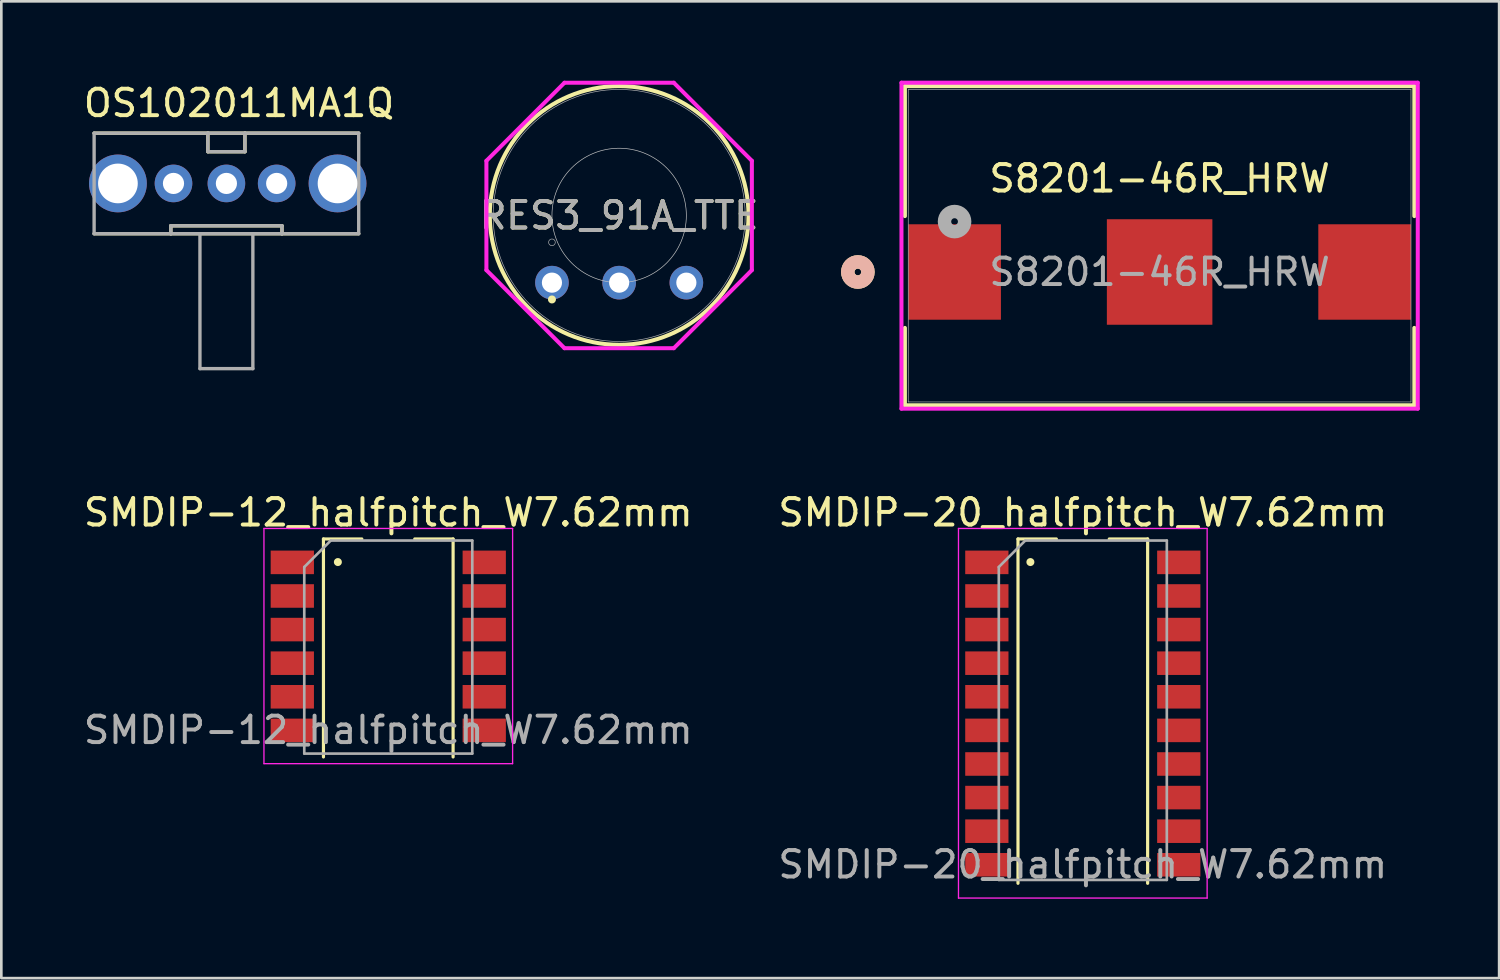
<source format=kicad_pcb>
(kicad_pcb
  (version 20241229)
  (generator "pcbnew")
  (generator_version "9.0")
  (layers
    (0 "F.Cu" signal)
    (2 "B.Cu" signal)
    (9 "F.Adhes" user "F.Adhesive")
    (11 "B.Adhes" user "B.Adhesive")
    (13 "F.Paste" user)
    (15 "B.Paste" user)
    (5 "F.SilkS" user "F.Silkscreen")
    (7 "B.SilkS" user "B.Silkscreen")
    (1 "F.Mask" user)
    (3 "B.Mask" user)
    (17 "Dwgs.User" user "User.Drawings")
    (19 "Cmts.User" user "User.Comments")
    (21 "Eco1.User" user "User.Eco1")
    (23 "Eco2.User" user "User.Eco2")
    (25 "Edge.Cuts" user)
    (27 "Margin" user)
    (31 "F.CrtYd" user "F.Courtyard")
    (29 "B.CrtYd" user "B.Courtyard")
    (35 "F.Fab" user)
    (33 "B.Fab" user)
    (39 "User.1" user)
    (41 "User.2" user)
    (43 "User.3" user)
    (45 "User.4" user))
  (footprint "SMDIP-20_halfpitch_W7.62mm"
    (layer "F.Cu")
    (at 37.875 23.908)
    (property "Reference" "SMDIP-20_halfpitch_W7.62mm" (at 0 -7.588 0) (layer "F.SilkS") (effects (font (size 1 1) (thickness 0.15))))
    (attr smd)
    (fp_line (start -2.45 -6.588) (end -2.45 6.426) (stroke (width 0.12) (type solid)) (layer "F.SilkS"))
    (fp_line (start -1 -6.588) (end -2.45 -6.588) (stroke (width 0.12) (type solid)) (layer "F.SilkS"))
    (fp_line (start 2.45 -6.588) (end 1 -6.588) (stroke (width 0.12) (type solid)) (layer "F.SilkS"))
    (fp_line (start 2.45 6.426) (end 2.45 -6.588) (stroke (width 0.12) (type solid)) (layer "F.SilkS"))
    (fp_circle (center -1.981 -5.715) (end -1.905 -5.715) (stroke (width 0.152) (type solid)) (fill no) (layer "F.SilkS"))
    (fp_line (start -4.699 -6.985) (end -4.699 6.985) (stroke (width 0.05) (type solid)) (layer "F.CrtYd"))
    (fp_line (start -4.699 6.985) (end 4.699 6.985) (stroke (width 0.05) (type solid)) (layer "F.CrtYd"))
    (fp_line (start 4.699 -6.985) (end -4.699 -6.985) (stroke (width 0.05) (type solid)) (layer "F.CrtYd"))
    (fp_line (start 4.699 6.985) (end 4.699 -6.985) (stroke (width 0.05) (type solid)) (layer "F.CrtYd"))
    (fp_line (start -3.175 -5.528) (end -2.175 -6.528) (stroke (width 0.1) (type solid)) (layer "F.Fab"))
    (fp_line (start -3.175 6.299) (end -3.175 -5.528) (stroke (width 0.1) (type solid)) (layer "F.Fab"))
    (fp_line (start -2.175 -6.528) (end 3.175 -6.528) (stroke (width 0.1) (type solid)) (layer "F.Fab"))
    (fp_line (start 3.175 -6.528) (end 3.175 6.299) (stroke (width 0.1) (type solid)) (layer "F.Fab"))
    (fp_line (start 3.175 6.299) (end -3.175 6.299) (stroke (width 0.1) (type solid)) (layer "F.Fab"))
    (fp_text user "${REFERENCE}" (at 0 5.715 0) (layer "F.Fab") (effects (font (size 1 1) (thickness 0.15))))
    (pad "1" smd rect (at -3.627 -5.703) (size 1.635 0.89) (layers "F.Cu" "F.Mask" "F.Paste"))
    (pad "2" smd rect (at -3.627 -4.433) (size 1.635 0.89) (layers "F.Cu" "F.Mask" "F.Paste"))
    (pad "3" smd rect (at -3.627 -3.163) (size 1.635 0.89) (layers "F.Cu" "F.Mask" "F.Paste"))
    (pad "4" smd rect (at -3.627 -1.893) (size 1.635 0.89) (layers "F.Cu" "F.Mask" "F.Paste"))
    (pad "5" smd rect (at -3.627 -0.623) (size 1.635 0.89) (layers "F.Cu" "F.Mask" "F.Paste"))
    (pad "6" smd rect (at -3.627 0.647) (size 1.635 0.89) (layers "F.Cu" "F.Mask" "F.Paste"))
    (pad "7" smd rect (at -3.627 1.917) (size 1.635 0.89) (layers "F.Cu" "F.Mask" "F.Paste"))
    (pad "8" smd rect (at -3.627 3.187) (size 1.635 0.89) (layers "F.Cu" "F.Mask" "F.Paste"))
    (pad "9" smd rect (at -3.627 4.457) (size 1.635 0.89) (layers "F.Cu" "F.Mask" "F.Paste"))
    (pad "10" smd rect (at -3.627 5.727) (size 1.635 0.89) (layers "F.Cu" "F.Mask" "F.Paste"))
    (pad "11" smd rect (at 3.627 5.727) (size 1.635 0.89) (layers "F.Cu" "F.Mask" "F.Paste"))
    (pad "12" smd rect (at 3.627 4.457) (size 1.635 0.89) (layers "F.Cu" "F.Mask" "F.Paste"))
    (pad "13" smd rect (at 3.627 3.187) (size 1.635 0.89) (layers "F.Cu" "F.Mask" "F.Paste"))
    (pad "14" smd rect (at 3.627 1.917) (size 1.635 0.89) (layers "F.Cu" "F.Mask" "F.Paste"))
    (pad "15" smd rect (at 3.627 0.647) (size 1.635 0.89) (layers "F.Cu" "F.Mask" "F.Paste"))
    (pad "16" smd rect (at 3.627 -0.623) (size 1.635 0.89) (layers "F.Cu" "F.Mask" "F.Paste"))
    (pad "17" smd rect (at 3.627 -1.893) (size 1.635 0.89) (layers "F.Cu" "F.Mask" "F.Paste"))
    (pad "18" smd rect (at 3.627 -3.163) (size 1.635 0.89) (layers "F.Cu" "F.Mask" "F.Paste"))
    (pad "19" smd rect (at 3.627 -4.433) (size 1.635 0.89) (layers "F.Cu" "F.Mask" "F.Paste"))
    (pad "20" smd rect (at 3.627 -5.703) (size 1.635 0.89) (layers "F.Cu" "F.Mask" "F.Paste")))
  (footprint "RES3_91A_TTE"
    (layer "F.Cu")
    (at 17.811 7.633)
    (property "Reference" "RES3_91A_TTE" (at 2.54 -2.54 0) (unlocked yes) (layer "F.SilkS") (effects (font (size 1 1) (thickness 0.15))))
    (attr through_hole)
    (fp_circle (center 0 0.635) (end 0.076 0.635) (stroke (width 0.152) (type solid)) (fill no) (layer "F.SilkS"))
    (fp_circle (center 2.54 -2.54) (end 7.429 -2.54) (stroke (width 0.152) (type solid)) (fill no) (layer "F.SilkS"))
    (fp_circle (center 2.54 -2.54) (end 5.08 -2.54) (stroke (width 0.025) (type solid)) (fill no) (layer "Dwgs.User"))
    (fp_line (start -2.477 -4.606) (end 0.474 -7.556) (stroke (width 0.152) (type solid)) (layer "F.CrtYd"))
    (fp_line (start -2.477 -0.474) (end -2.477 -4.606) (stroke (width 0.152) (type solid)) (layer "F.CrtYd"))
    (fp_line (start 0.474 -7.556) (end 4.606 -7.556) (stroke (width 0.152) (type solid)) (layer "F.CrtYd"))
    (fp_line (start 0.474 2.477) (end -2.477 -0.474) (stroke (width 0.152) (type solid)) (layer "F.CrtYd"))
    (fp_line (start 4.606 -7.556) (end 7.556 -4.606) (stroke (width 0.152) (type solid)) (layer "F.CrtYd"))
    (fp_line (start 4.606 2.477) (end 0.474 2.477) (stroke (width 0.152) (type solid)) (layer "F.CrtYd"))
    (fp_line (start 7.556 -4.606) (end 7.556 -0.474) (stroke (width 0.152) (type solid)) (layer "F.CrtYd"))
    (fp_line (start 7.556 -0.474) (end 4.606 2.477) (stroke (width 0.152) (type solid)) (layer "F.CrtYd"))
    (fp_circle (center 0 -1.524) (end 0.127 -1.524) (stroke (width 0.025) (type solid)) (fill no) (layer "F.Fab"))
    (fp_circle (center 2.54 -2.54) (end 7.303 -2.54) (stroke (width 0.025) (type solid)) (fill no) (layer "F.Fab"))
    (fp_text user "${REFERENCE}" (at 2.54 -2.54 0) (unlocked yes) (layer "F.Fab") (effects (font (size 1 1) (thickness 0.15))))
    (pad "1" thru_hole circle (at 0 0) (size 1.27 1.27) (drill 0.762) (layers "*.Cu" "*.Mask"))
    (pad "2" thru_hole circle (at 2.54 0) (size 1.27 1.27) (drill 0.762) (layers "*.Cu" "*.Mask"))
    (pad "3" thru_hole circle (at 5.08 0) (size 1.27 1.27) (drill 0.762) (layers "*.Cu" "*.Mask")))
  (footprint "S8201-46R_HRW"
    (layer "F.Cu")
    (at 40.778 6.236)
    (property "Reference" "S8201-46R_HRW" (at 0 -2.54 0) (unlocked yes) (layer "F.SilkS") (effects (font (size 1 1) (thickness 0.15))))
    (attr smd)
    (fp_line (start -9.627 -6.032) (end -9.627 -1.118) (stroke (width 0.152) (type solid)) (layer "F.SilkS"))
    (fp_line (start -9.627 3.107) (end -9.627 6.032) (stroke (width 0.152) (type solid)) (layer "F.SilkS"))
    (fp_line (start -9.627 6.032) (end 9.627 6.032) (stroke (width 0.152) (type solid)) (layer "F.SilkS"))
    (fp_line (start 9.627 -6.032) (end -9.627 -6.032) (stroke (width 0.152) (type solid)) (layer "F.SilkS"))
    (fp_line (start 9.627 -1.118) (end 9.627 -6.032) (stroke (width 0.152) (type solid)) (layer "F.SilkS"))
    (fp_line (start 9.627 6.032) (end 9.627 3.107) (stroke (width 0.152) (type solid)) (layer "F.SilkS"))
    (fp_circle (center -11.405 0.994) (end -11.024 0.994) (stroke (width 0.508) (type solid)) (fill no) (layer "F.SilkS"))
    (fp_circle (center -11.405 0.994) (end -11.024 0.994) (stroke (width 0.508) (type solid)) (fill no) (layer "B.SilkS"))
    (fp_line (start -9.757 -6.16) (end -9.757 6.16) (stroke (width 0.152) (type solid)) (layer "F.CrtYd"))
    (fp_line (start -9.757 6.16) (end 9.757 6.16) (stroke (width 0.152) (type solid)) (layer "F.CrtYd"))
    (fp_line (start 9.757 -6.16) (end -9.757 -6.16) (stroke (width 0.152) (type solid)) (layer "F.CrtYd"))
    (fp_line (start 9.757 6.16) (end 9.757 -6.16) (stroke (width 0.152) (type solid)) (layer "F.CrtYd"))
    (fp_line (start -9.5 -5.905) (end -9.5 5.905) (stroke (width 0.025) (type solid)) (layer "F.Fab"))
    (fp_line (start -9.5 5.905) (end 9.5 5.905) (stroke (width 0.025) (type solid)) (layer "F.Fab"))
    (fp_line (start 9.5 -5.905) (end -9.5 -5.905) (stroke (width 0.025) (type solid)) (layer "F.Fab"))
    (fp_line (start 9.5 5.905) (end 9.5 -5.905) (stroke (width 0.025) (type solid)) (layer "F.Fab"))
    (fp_circle (center -7.75 -0.911) (end -7.369 -0.911) (stroke (width 0.508) (type solid)) (fill no) (layer "F.Fab"))
    (fp_text user "${REFERENCE}" (at 0 0.994 0) (unlocked yes) (layer "F.Fab") (effects (font (size 1 1) (thickness 0.15))))
    (pad "1" smd rect (at -7.75 0.994) (size 3.505 3.607) (layers "F.Cu" "F.Mask" "F.Paste"))
    (pad "2" smd rect (at 7.75 0.994) (size 3.505 3.607) (layers "F.Cu" "F.Mask" "F.Paste"))
    (pad "3" smd rect (at 0 0.994) (size 3.988 3.988) (layers "F.Cu" "F.Mask" "F.Paste")))
  (footprint "OS102011MA1Q"
    (layer "F.Cu")
    (at 5.507 3.883)
    (property "Reference" "OS102011MA1Q" (at 0.475 -3.035 0) (layer "F.SilkS") (effects (font (size 1 1) (thickness 0.15))))
    (attr through_hole)
    (fp_line (start -5 -1.9) (end -0.7 -1.9) (stroke (width 0.127) (type solid)) (layer "F.SilkS"))
    (fp_line (start -2.1 1.6) (end 2.1 1.6) (stroke (width 0.127) (type solid)) (layer "F.SilkS"))
    (fp_line (start -2.1 1.9) (end -5 1.9) (stroke (width 0.127) (type solid)) (layer "F.SilkS"))
    (fp_line (start -2.1 1.9) (end -2.1 1.6) (stroke (width 0.127) (type solid)) (layer "F.SilkS"))
    (fp_line (start -1 1.9) (end -2.1 1.9) (stroke (width 0.127) (type solid)) (layer "F.SilkS"))
    (fp_line (start -0.7 -1.9) (end -0.7 -1.2) (stroke (width 0.127) (type solid)) (layer "F.SilkS"))
    (fp_line (start -0.7 -1.9) (end 0.7 -1.9) (stroke (width 0.127) (type solid)) (layer "F.SilkS"))
    (fp_line (start -0.7 -1.2) (end 0.7 -1.2) (stroke (width 0.127) (type solid)) (layer "F.SilkS"))
    (fp_line (start 0.7 -1.9) (end 5 -1.9) (stroke (width 0.127) (type solid)) (layer "F.SilkS"))
    (fp_line (start 0.7 -1.2) (end 0.7 -1.9) (stroke (width 0.127) (type solid)) (layer "F.SilkS"))
    (fp_line (start 1 1.9) (end -1 1.9) (stroke (width 0.127) (type solid)) (layer "F.SilkS"))
    (fp_line (start 2.1 1.6) (end 2.1 1.9) (stroke (width 0.127) (type solid)) (layer "F.SilkS"))
    (fp_line (start 2.1 1.9) (end 1 1.9) (stroke (width 0.127) (type solid)) (layer "F.SilkS"))
    (fp_line (start 5 1.9) (end 2.1 1.9) (stroke (width 0.127) (type solid)) (layer "F.SilkS"))
    (fp_line (start -5 -1.9) (end -0.7 -1.9) (stroke (width 0.127) (type solid)) (layer "F.Fab"))
    (fp_line (start -5 1.9) (end -5 -1.9) (stroke (width 0.127) (type solid)) (layer "F.Fab"))
    (fp_line (start -2.1 1.6) (end 2.1 1.6) (stroke (width 0.127) (type solid)) (layer "F.Fab"))
    (fp_line (start -2.1 1.9) (end -5 1.9) (stroke (width 0.127) (type solid)) (layer "F.Fab"))
    (fp_line (start -2.1 1.9) (end -2.1 1.6) (stroke (width 0.127) (type solid)) (layer "F.Fab"))
    (fp_line (start -1 1.9) (end -2.1 1.9) (stroke (width 0.127) (type solid)) (layer "F.Fab"))
    (fp_line (start -1 1.9) (end -1 7) (stroke (width 0.127) (type solid)) (layer "F.Fab"))
    (fp_line (start -1 7) (end 1 7) (stroke (width 0.127) (type solid)) (layer "F.Fab"))
    (fp_line (start -0.7 -1.9) (end -0.7 -1.2) (stroke (width 0.127) (type solid)) (layer "F.Fab"))
    (fp_line (start -0.7 -1.9) (end 0.7 -1.9) (stroke (width 0.127) (type solid)) (layer "F.Fab"))
    (fp_line (start -0.7 -1.2) (end 0.7 -1.2) (stroke (width 0.127) (type solid)) (layer "F.Fab"))
    (fp_line (start 0.7 -1.9) (end 5 -1.9) (stroke (width 0.127) (type solid)) (layer "F.Fab"))
    (fp_line (start 0.7 -1.2) (end 0.7 -1.9) (stroke (width 0.127) (type solid)) (layer "F.Fab"))
    (fp_line (start 1 1.9) (end -1 1.9) (stroke (width 0.127) (type solid)) (layer "F.Fab"))
    (fp_line (start 1 7) (end 1 1.9) (stroke (width 0.127) (type solid)) (layer "F.Fab"))
    (fp_line (start 2.1 1.6) (end 2.1 1.9) (stroke (width 0.127) (type solid)) (layer "F.Fab"))
    (fp_line (start 2.1 1.9) (end 1 1.9) (stroke (width 0.127) (type solid)) (layer "F.Fab"))
    (fp_line (start 5 -1.9) (end 5 1.9) (stroke (width 0.127) (type solid)) (layer "F.Fab"))
    (fp_line (start 5 1.9) (end 2.1 1.9) (stroke (width 0.127) (type solid)) (layer "F.Fab"))
    (pad "1" thru_hole circle (at -2 0) (size 1.422 1.422) (drill 0.8) (layers "*.Cu" "*.Mask"))
    (pad "2" thru_hole circle (at 0 0) (size 1.422 1.422) (drill 0.8) (layers "*.Cu" "*.Mask"))
    (pad "3" thru_hole circle (at 1.9 0) (size 1.422 1.422) (drill 0.8) (layers "*.Cu" "*.Mask"))
    (pad "MT1" thru_hole circle (at -4.1 0) (size 2.184 2.184) (drill 1.5) (layers "*.Cu" "*.Mask"))
    (pad "MT2" thru_hole circle (at 4.2 0) (size 2.184 2.184) (drill 1.5) (layers "*.Cu" "*.Mask")))
  (footprint "SMDIP-12_halfpitch_W7.62mm"
    (layer "F.Cu")
    (at 11.625 21.368)
    (property "Reference" "SMDIP-12_halfpitch_W7.62mm" (at 0 -5.048 0) (layer "F.SilkS") (effects (font (size 1 1) (thickness 0.15))))
    (attr smd)
    (fp_line (start -2.45 -4.048) (end -2.45 4.191) (stroke (width 0.12) (type solid)) (layer "F.SilkS"))
    (fp_line (start -1 -4.048) (end -2.45 -4.048) (stroke (width 0.12) (type solid)) (layer "F.SilkS"))
    (fp_line (start 2.45 -4.048) (end 1 -4.048) (stroke (width 0.12) (type solid)) (layer "F.SilkS"))
    (fp_line (start 2.45 4.191) (end 2.45 -4.048) (stroke (width 0.12) (type solid)) (layer "F.SilkS"))
    (fp_circle (center -1.905 -3.175) (end -1.829 -3.175) (stroke (width 0.152) (type solid)) (fill no) (layer "F.SilkS"))
    (fp_line (start -4.699 -4.445) (end -4.699 4.445) (stroke (width 0.05) (type solid)) (layer "F.CrtYd"))
    (fp_line (start -4.699 4.445) (end 4.699 4.445) (stroke (width 0.05) (type solid)) (layer "F.CrtYd"))
    (fp_line (start 4.699 -4.445) (end -4.699 -4.445) (stroke (width 0.05) (type solid)) (layer "F.CrtYd"))
    (fp_line (start 4.699 4.445) (end 4.699 -4.445) (stroke (width 0.05) (type solid)) (layer "F.CrtYd"))
    (fp_line (start -3.175 -2.988) (end -2.175 -3.988) (stroke (width 0.1) (type solid)) (layer "F.Fab"))
    (fp_line (start -3.175 4.064) (end -3.175 -2.988) (stroke (width 0.1) (type solid)) (layer "F.Fab"))
    (fp_line (start -2.175 -3.988) (end 3.175 -3.988) (stroke (width 0.1) (type solid)) (layer "F.Fab"))
    (fp_line (start 3.175 -3.988) (end 3.175 4.064) (stroke (width 0.1) (type solid)) (layer "F.Fab"))
    (fp_line (start 3.175 4.064) (end -3.175 4.064) (stroke (width 0.1) (type solid)) (layer "F.Fab"))
    (fp_text user "${REFERENCE}" (at 0 3.175 0) (layer "F.Fab") (effects (font (size 1 1) (thickness 0.15))))
    (pad "1" smd rect (at -3.627 -3.163) (size 1.635 0.89) (layers "F.Cu" "F.Mask" "F.Paste"))
    (pad "2" smd rect (at -3.627 -1.893) (size 1.635 0.89) (layers "F.Cu" "F.Mask" "F.Paste"))
    (pad "3" smd rect (at -3.627 -0.623) (size 1.635 0.89) (layers "F.Cu" "F.Mask" "F.Paste"))
    (pad "4" smd rect (at -3.627 0.647) (size 1.635 0.89) (layers "F.Cu" "F.Mask" "F.Paste"))
    (pad "5" smd rect (at -3.627 1.917) (size 1.635 0.89) (layers "F.Cu" "F.Mask" "F.Paste"))
    (pad "6" smd rect (at -3.627 3.187) (size 1.635 0.89) (layers "F.Cu" "F.Mask" "F.Paste"))
    (pad "7" smd rect (at 3.627 3.187) (size 1.635 0.89) (layers "F.Cu" "F.Mask" "F.Paste"))
    (pad "8" smd rect (at 3.627 1.917) (size 1.635 0.89) (layers "F.Cu" "F.Mask" "F.Paste"))
    (pad "9" smd rect (at 3.627 0.647) (size 1.635 0.89) (layers "F.Cu" "F.Mask" "F.Paste"))
    (pad "10" smd rect (at 3.627 -0.623) (size 1.635 0.89) (layers "F.Cu" "F.Mask" "F.Paste"))
    (pad "11" smd rect (at 3.627 -1.893) (size 1.635 0.89) (layers "F.Cu" "F.Mask" "F.Paste"))
    (pad "12" smd rect (at 3.627 -3.163) (size 1.635 0.89) (layers "F.Cu" "F.Mask" "F.Paste")))
  (gr_rect
    (start -3 -3)
    (end 53.61 33.918)
    (stroke (width 0.1) (type default))
    (fill no)
    (layer "Edge.Cuts")))
</source>
